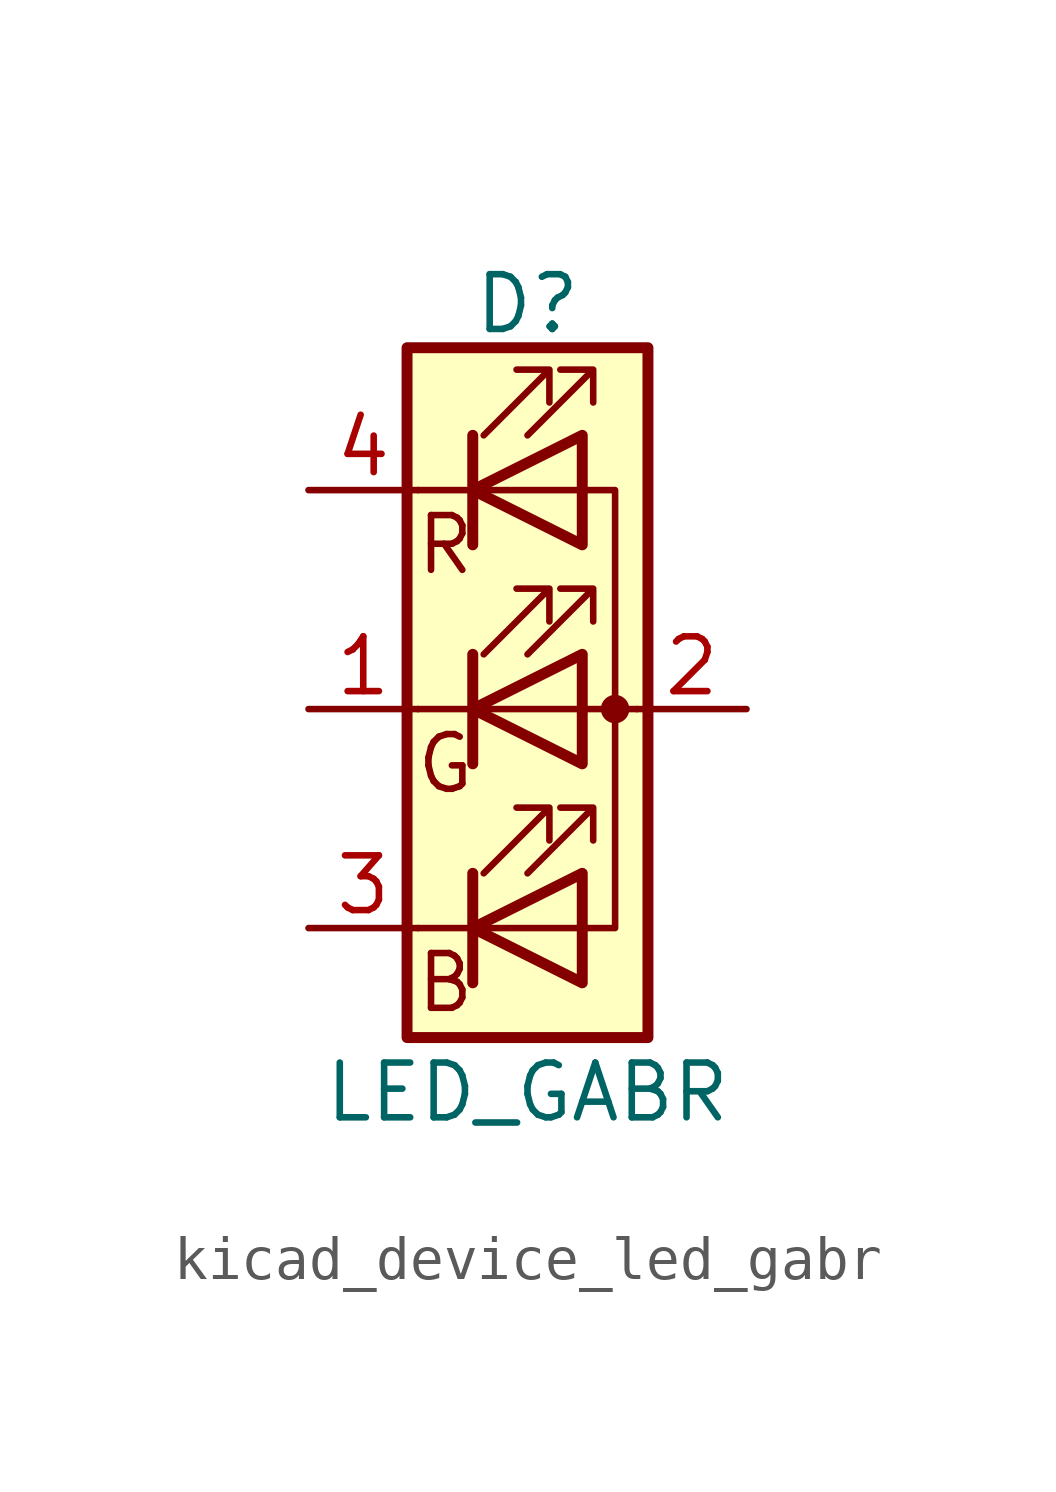
<source format=kicad_sym>
(kicad_symbol_lib
  (version 20220914)
  (generator kicad_symbol_editor)
  (symbol "kicad_device_led_gabr"
    (pin_names
      (offset 0) hide)
    (property "Reference" "D"
      (at 0 9.398 0)
      (effects (font (size 1.27 1.27))))
    (property "Value" "LED_GABR"
      (at 0 -8.89 0)
      (effects (font (size 1.27 1.27))))
    (symbol "kicad_device_led_gabr_0_0"
      (text "B" (at -1.905 -6.35 0) (effects (font (size 1.27 1.27))))
      (text "G" (at -1.905 -1.27 0) (effects (font (size 1.27 1.27))))
      (text "R" (at -1.905 3.81 0) (effects (font (size 1.27 1.27)))))
    (symbol "kicad_device_led_gabr_0_1"
      (polyline (pts (xy -1.27 -5.08) (xy -2.54 -5.08)) (stroke (width 0) (type default)) (fill (type none)))
      (polyline (pts (xy -1.27 -5.08) (xy 1.27 -5.08)) (stroke (width 0) (type default)) (fill (type none)))
      (polyline (pts (xy -1.27 -3.81) (xy -1.27 -6.35)) (stroke (width 0.254) (type default)) (fill (type none)))
      (polyline (pts (xy -1.27 0) (xy -2.54 0)) (stroke (width 0) (type default)) (fill (type none)))
      (polyline (pts (xy -1.27 1.27) (xy -1.27 -1.27)) (stroke (width 0.254) (type default)) (fill (type none)))
      (polyline (pts (xy -1.27 5.08) (xy -2.54 5.08)) (stroke (width 0) (type default)) (fill (type none)))
      (polyline (pts (xy -1.27 5.08) (xy 1.27 5.08)) (stroke (width 0) (type default)) (fill (type none)))
      (polyline (pts (xy -1.27 6.35) (xy -1.27 3.81)) (stroke (width 0.254) (type default)) (fill (type none)))
      (polyline (pts (xy 1.27 0) (xy -1.27 0)) (stroke (width 0) (type default)) (fill (type none)))
      (polyline (pts (xy 1.27 0) (xy 2.54 0)) (stroke (width 0) (type default)) (fill (type none)))
      (polyline (pts (xy -1.27 1.27) (xy -1.27 -1.27) (xy -1.27 -1.27)) (stroke (width 0) (type default)) (fill (type none)))
      (polyline (pts (xy -1.27 6.35) (xy -1.27 3.81) (xy -1.27 3.81)) (stroke (width 0) (type default)) (fill (type none)))
      (polyline (pts (xy 1.27 -5.08) (xy 2.032 -5.08) (xy 2.032 5.08) (xy 1.27 5.08)) (stroke (width 0) (type default)) (fill (type none)))
      (polyline (pts (xy 1.27 -3.81) (xy 1.27 -6.35) (xy -1.27 -5.08) (xy 1.27 -3.81)) (stroke (width 0.254) (type default)) (fill (type none)))
      (polyline (pts (xy 1.27 1.27) (xy 1.27 -1.27) (xy -1.27 0) (xy 1.27 1.27)) (stroke (width 0.254) (type default)) (fill (type none)))
      (polyline (pts (xy 1.27 6.35) (xy 1.27 3.81) (xy -1.27 5.08) (xy 1.27 6.35)) (stroke (width 0.254) (type default)) (fill (type none)))
      (polyline (pts (xy -1.016 -3.81) (xy 0.508 -2.286) (xy -0.254 -2.286) (xy 0.508 -2.286) (xy 0.508 -3.048)) (stroke (width 0) (type default)) (fill (type none)))
      (polyline (pts (xy -1.016 1.27) (xy 0.508 2.794) (xy -0.254 2.794) (xy 0.508 2.794) (xy 0.508 2.032)) (stroke (width 0) (type default)) (fill (type none)))
      (polyline (pts (xy -1.016 6.35) (xy 0.508 7.874) (xy -0.254 7.874) (xy 0.508 7.874) (xy 0.508 7.112)) (stroke (width 0) (type default)) (fill (type none)))
      (polyline (pts (xy 0 -3.81) (xy 1.524 -2.286) (xy 0.762 -2.286) (xy 1.524 -2.286) (xy 1.524 -3.048)) (stroke (width 0) (type default)) (fill (type none)))
      (polyline (pts (xy 0 1.27) (xy 1.524 2.794) (xy 0.762 2.794) (xy 1.524 2.794) (xy 1.524 2.032)) (stroke (width 0) (type default)) (fill (type none)))
      (polyline (pts (xy 0 6.35) (xy 1.524 7.874) (xy 0.762 7.874) (xy 1.524 7.874) (xy 1.524 7.112)) (stroke (width 0) (type default)) (fill (type none)))
      (rectangle (start 1.27 -1.27) (end 1.27 1.27) (stroke (width 0) (type default)) (fill (type none)))
      (rectangle (start 1.27 1.27) (end 1.27 1.27) (stroke (width 0) (type default)) (fill (type none)))
      (rectangle (start 1.27 3.81) (end 1.27 6.35) (stroke (width 0) (type default)) (fill (type none)))
      (rectangle (start 1.27 6.35) (end 1.27 6.35) (stroke (width 0) (type default)) (fill (type none)))
      (circle (center 2.032 0) (radius 0.254) (stroke (width 0) (type default)) (fill (type outline)))
      (rectangle (start 2.794 8.382) (end -2.794 -7.62) (stroke (width 0.254) (type default)) (fill (type background))))
    (symbol "kicad_device_led_gabr_1_1"
      (pin passive line (at -5.08 0 0) (length 2.54) (name "GK" (effects (font (size 1.27 1.27)))) (number "1" (effects (font (size 1.27 1.27)))))
      (pin passive line (at 5.08 0 180) (length 2.54) (name "A" (effects (font (size 1.27 1.27)))) (number "2" (effects (font (size 1.27 1.27)))))
      (pin passive line (at -5.08 -5.08 0) (length 2.54) (name "BK" (effects (font (size 1.27 1.27)))) (number "3" (effects (font (size 1.27 1.27)))))
      (pin passive line (at -5.08 5.08 0) (length 2.54) (name "RK" (effects (font (size 1.27 1.27)))) (number "4" (effects (font (size 1.27 1.27))))))))
</source>
